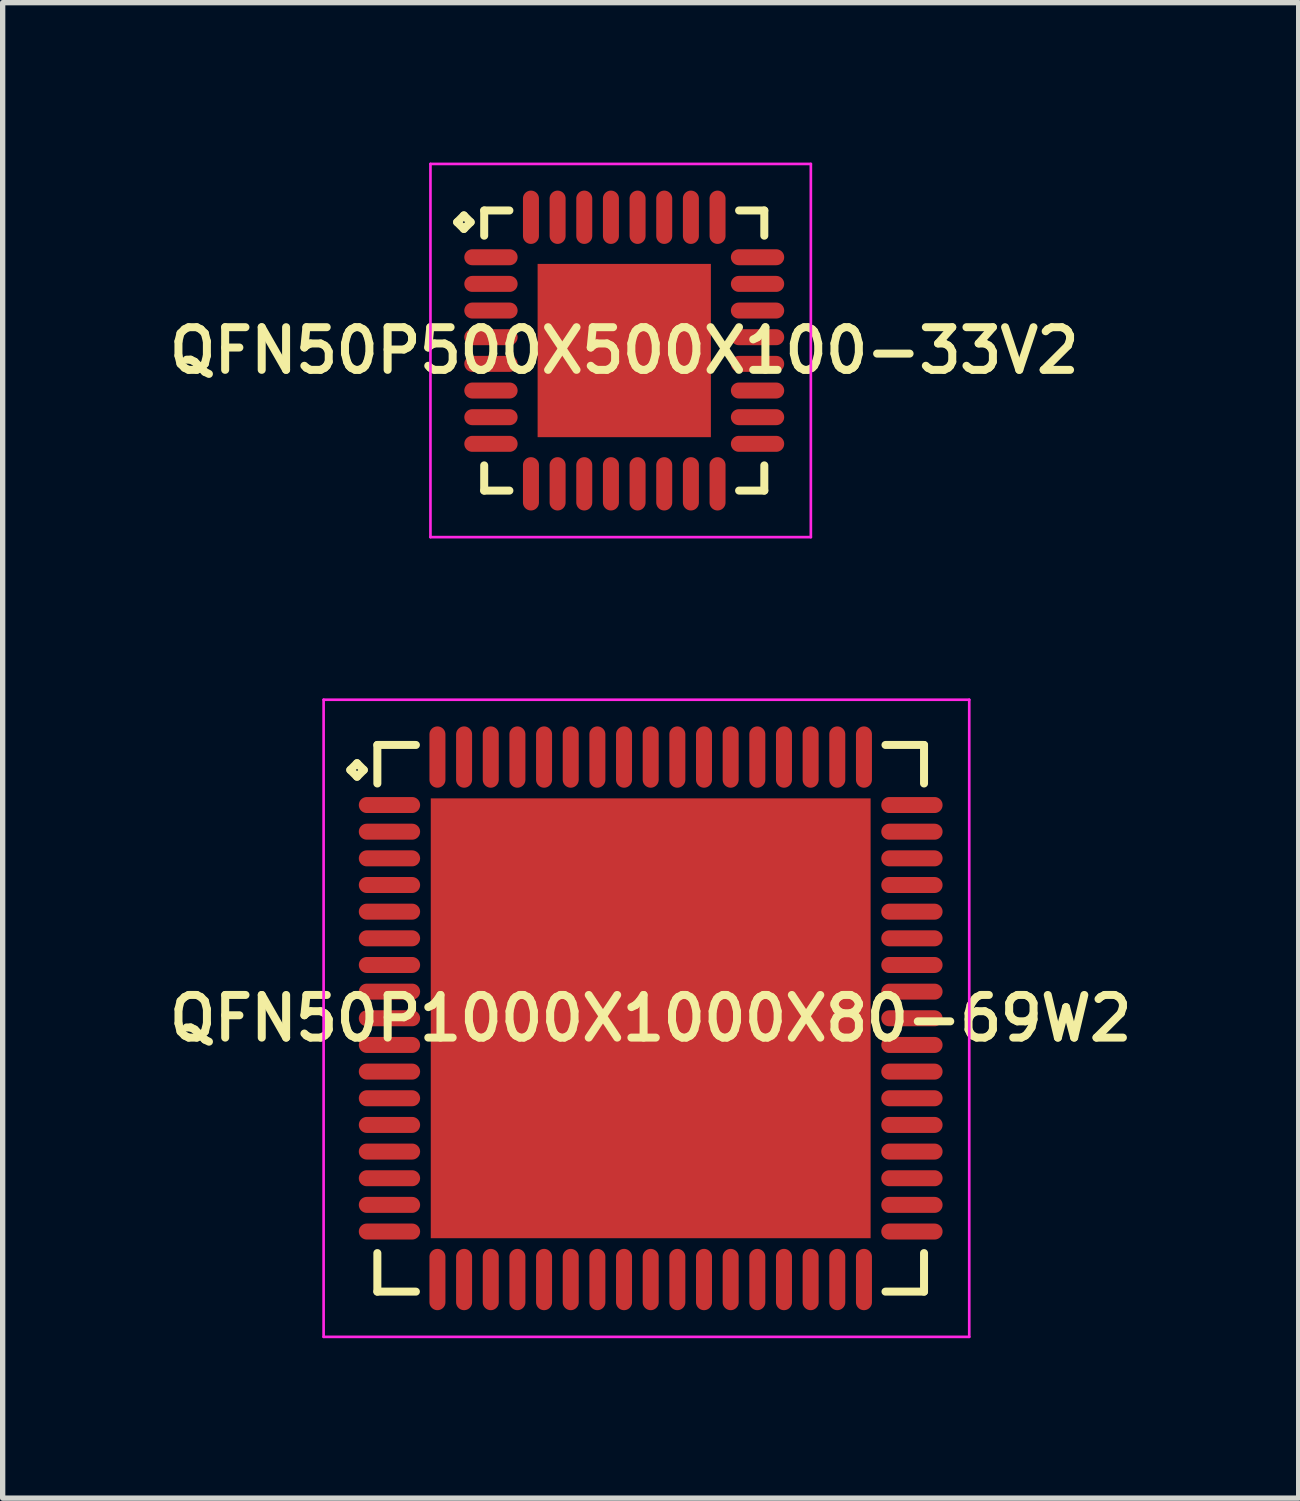
<source format=kicad_pcb>
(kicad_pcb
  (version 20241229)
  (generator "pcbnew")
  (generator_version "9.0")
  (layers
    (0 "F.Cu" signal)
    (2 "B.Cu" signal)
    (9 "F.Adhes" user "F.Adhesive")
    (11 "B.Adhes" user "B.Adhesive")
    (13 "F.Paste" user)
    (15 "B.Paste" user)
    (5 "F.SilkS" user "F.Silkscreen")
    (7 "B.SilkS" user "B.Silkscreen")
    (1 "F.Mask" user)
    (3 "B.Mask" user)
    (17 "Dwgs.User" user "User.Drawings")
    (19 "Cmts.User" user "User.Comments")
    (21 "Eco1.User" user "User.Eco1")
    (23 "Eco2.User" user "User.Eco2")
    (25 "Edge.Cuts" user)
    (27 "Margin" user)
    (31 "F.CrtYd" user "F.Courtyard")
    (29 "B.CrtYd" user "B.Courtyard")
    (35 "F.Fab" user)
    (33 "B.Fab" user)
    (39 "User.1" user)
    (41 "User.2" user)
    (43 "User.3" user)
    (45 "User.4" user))
  (footprint "QFN50P500X500X100-33V2"
    (layer "F.Cu")
    (at 8.659 3.525)
    (property "Reference" "QFN50P500X500X100-33V2" (at 0 0 0) (layer "F.SilkS") (effects (font (size 0.8 0.8) (thickness 0.15))))
    (attr smd)
    (fp_line (start -3.135 -2.408) (end -3.008 -2.535) (stroke (width 0.15) (type solid)) (layer "F.SilkS"))
    (fp_line (start -3.008 -2.535) (end -2.881 -2.408) (stroke (width 0.15) (type solid)) (layer "F.SilkS"))
    (fp_line (start -3.008 -2.281) (end -3.135 -2.408) (stroke (width 0.15) (type solid)) (layer "F.SilkS"))
    (fp_line (start -2.881 -2.408) (end -3.008 -2.281) (stroke (width 0.15) (type solid)) (layer "F.SilkS"))
    (fp_line (start -2.627 -2.627) (end -2.154 -2.627) (stroke (width 0.15) (type solid)) (layer "F.SilkS"))
    (fp_line (start -2.627 -2.154) (end -2.627 -2.627) (stroke (width 0.15) (type solid)) (layer "F.SilkS"))
    (fp_line (start -2.627 2.154) (end -2.627 2.627) (stroke (width 0.15) (type solid)) (layer "F.SilkS"))
    (fp_line (start -2.627 2.627) (end -2.154 2.627) (stroke (width 0.15) (type solid)) (layer "F.SilkS"))
    (fp_line (start 2.154 -2.627) (end 2.627 -2.627) (stroke (width 0.15) (type solid)) (layer "F.SilkS"))
    (fp_line (start 2.154 2.627) (end 2.627 2.627) (stroke (width 0.15) (type solid)) (layer "F.SilkS"))
    (fp_line (start 2.627 -2.627) (end 2.627 -2.154) (stroke (width 0.15) (type solid)) (layer "F.SilkS"))
    (fp_line (start 2.627 2.627) (end 2.627 2.154) (stroke (width 0.15) (type solid)) (layer "F.SilkS"))
    (fp_line (start -3.635 -3.5) (end 3.5 -3.5) (stroke (width 0.05) (type solid)) (layer "F.CrtYd"))
    (fp_line (start -3.635 3.5) (end -3.635 -3.5) (stroke (width 0.05) (type solid)) (layer "F.CrtYd"))
    (fp_line (start 3.5 -3.5) (end 3.5 3.5) (stroke (width 0.05) (type solid)) (layer "F.CrtYd"))
    (fp_line (start 3.5 3.5) (end -3.635 3.5) (stroke (width 0.05) (type solid)) (layer "F.CrtYd"))
    (pad "1" smd oval (at -2.5 -1.75) (size 1 0.3) (layers "F.Cu" "F.Mask" "F.Paste"))
    (pad "2" smd oval (at -2.5 -1.25) (size 1 0.3) (layers "F.Cu" "F.Mask" "F.Paste"))
    (pad "3" smd oval (at -2.5 -0.75) (size 1 0.3) (layers "F.Cu" "F.Mask" "F.Paste"))
    (pad "4" smd oval (at -2.5 -0.25) (size 1 0.3) (layers "F.Cu" "F.Mask" "F.Paste"))
    (pad "5" smd oval (at -2.5 0.25) (size 1 0.3) (layers "F.Cu" "F.Mask" "F.Paste"))
    (pad "6" smd oval (at -2.5 0.75) (size 1 0.3) (layers "F.Cu" "F.Mask" "F.Paste"))
    (pad "7" smd oval (at -2.5 1.25) (size 1 0.3) (layers "F.Cu" "F.Mask" "F.Paste"))
    (pad "8" smd oval (at -2.5 1.75) (size 1 0.3) (layers "F.Cu" "F.Mask" "F.Paste"))
    (pad "9" smd oval (at -1.75 2.5) (size 0.3 1) (layers "F.Cu" "F.Mask" "F.Paste"))
    (pad "10" smd oval (at -1.25 2.5) (size 0.3 1) (layers "F.Cu" "F.Mask" "F.Paste"))
    (pad "11" smd oval (at -0.75 2.5) (size 0.3 1) (layers "F.Cu" "F.Mask" "F.Paste"))
    (pad "12" smd oval (at -0.25 2.5) (size 0.3 1) (layers "F.Cu" "F.Mask" "F.Paste"))
    (pad "13" smd oval (at 0.25 2.5) (size 0.3 1) (layers "F.Cu" "F.Mask" "F.Paste"))
    (pad "14" smd oval (at 0.75 2.5) (size 0.3 1) (layers "F.Cu" "F.Mask" "F.Paste"))
    (pad "15" smd oval (at 1.25 2.5) (size 0.3 1) (layers "F.Cu" "F.Mask" "F.Paste"))
    (pad "16" smd oval (at 1.75 2.5) (size 0.3 1) (layers "F.Cu" "F.Mask" "F.Paste"))
    (pad "17" smd oval (at 2.5 1.75) (size 1 0.3) (layers "F.Cu" "F.Mask" "F.Paste"))
    (pad "18" smd oval (at 2.5 1.25) (size 1 0.3) (layers "F.Cu" "F.Mask" "F.Paste"))
    (pad "19" smd oval (at 2.5 0.75) (size 1 0.3) (layers "F.Cu" "F.Mask" "F.Paste"))
    (pad "20" smd oval (at 2.5 0.25) (size 1 0.3) (layers "F.Cu" "F.Mask" "F.Paste"))
    (pad "21" smd oval (at 2.5 -0.25) (size 1 0.3) (layers "F.Cu" "F.Mask" "F.Paste"))
    (pad "22" smd oval (at 2.5 -0.75) (size 1 0.3) (layers "F.Cu" "F.Mask" "F.Paste"))
    (pad "23" smd oval (at 2.5 -1.25) (size 1 0.3) (layers "F.Cu" "F.Mask" "F.Paste"))
    (pad "24" smd oval (at 2.5 -1.75) (size 1 0.3) (layers "F.Cu" "F.Mask" "F.Paste"))
    (pad "25" smd oval (at 1.75 -2.5) (size 0.3 1) (layers "F.Cu" "F.Mask" "F.Paste"))
    (pad "26" smd oval (at 1.25 -2.5) (size 0.3 1) (layers "F.Cu" "F.Mask" "F.Paste"))
    (pad "27" smd oval (at 0.75 -2.5) (size 0.3 1) (layers "F.Cu" "F.Mask" "F.Paste"))
    (pad "28" smd oval (at 0.25 -2.5) (size 0.3 1) (layers "F.Cu" "F.Mask" "F.Paste"))
    (pad "29" smd oval (at -0.25 -2.5) (size 0.3 1) (layers "F.Cu" "F.Mask" "F.Paste"))
    (pad "30" smd oval (at -0.75 -2.5) (size 0.3 1) (layers "F.Cu" "F.Mask" "F.Paste"))
    (pad "31" smd oval (at -1.25 -2.5) (size 0.3 1) (layers "F.Cu" "F.Mask" "F.Paste"))
    (pad "32" smd oval (at -1.75 -2.5) (size 0.3 1) (layers "F.Cu" "F.Mask" "F.Paste"))
    (pad "33" smd rect (at 0 0) (size 3.25 3.25) (layers "F.Cu" "F.Mask" "F.Paste")))
  (footprint "QFN50P1000X1000X80-69W2"
    (layer "F.Cu")
    (at 9.155 16.05)
    (property "Reference" "QFN50P1000X1000X80-69W2" (at 0 0 0) (layer "F.SilkS") (effects (font (size 0.8 0.8) (thickness 0.15))))
    (attr smd)
    (fp_line (start -5.635 -4.658) (end -5.508 -4.785) (stroke (width 0.15) (type solid)) (layer "F.SilkS"))
    (fp_line (start -5.508 -4.785) (end -5.381 -4.658) (stroke (width 0.15) (type solid)) (layer "F.SilkS"))
    (fp_line (start -5.508 -4.531) (end -5.635 -4.658) (stroke (width 0.15) (type solid)) (layer "F.SilkS"))
    (fp_line (start -5.381 -4.658) (end -5.508 -4.531) (stroke (width 0.15) (type solid)) (layer "F.SilkS"))
    (fp_line (start -5.127 -5.127) (end -4.404 -5.127) (stroke (width 0.15) (type solid)) (layer "F.SilkS"))
    (fp_line (start -5.127 -4.404) (end -5.127 -5.127) (stroke (width 0.15) (type solid)) (layer "F.SilkS"))
    (fp_line (start -5.127 4.404) (end -5.127 5.127) (stroke (width 0.15) (type solid)) (layer "F.SilkS"))
    (fp_line (start -5.127 5.127) (end -4.404 5.127) (stroke (width 0.15) (type solid)) (layer "F.SilkS"))
    (fp_line (start 4.404 -5.127) (end 5.127 -5.127) (stroke (width 0.15) (type solid)) (layer "F.SilkS"))
    (fp_line (start 4.404 5.127) (end 5.127 5.127) (stroke (width 0.15) (type solid)) (layer "F.SilkS"))
    (fp_line (start 5.127 -5.127) (end 5.127 -4.404) (stroke (width 0.15) (type solid)) (layer "F.SilkS"))
    (fp_line (start 5.127 5.127) (end 5.127 4.404) (stroke (width 0.15) (type solid)) (layer "F.SilkS"))
    (fp_line (start -6.135 -5.975) (end 5.975 -5.975) (stroke (width 0.05) (type solid)) (layer "F.CrtYd"))
    (fp_line (start -6.135 5.975) (end -6.135 -5.975) (stroke (width 0.05) (type solid)) (layer "F.CrtYd"))
    (fp_line (start 5.975 -5.975) (end 5.975 5.975) (stroke (width 0.05) (type solid)) (layer "F.CrtYd"))
    (fp_line (start 5.975 5.975) (end -6.135 5.975) (stroke (width 0.05) (type solid)) (layer "F.CrtYd"))
    (pad "1" smd oval (at -4.9 -4) (size 1.15 0.3) (layers "F.Cu" "F.Mask" "F.Paste"))
    (pad "2" smd oval (at -4.9 -3.5) (size 1.15 0.3) (layers "F.Cu" "F.Mask" "F.Paste"))
    (pad "3" smd oval (at -4.9 -3) (size 1.15 0.3) (layers "F.Cu" "F.Mask" "F.Paste"))
    (pad "4" smd oval (at -4.9 -2.5) (size 1.15 0.3) (layers "F.Cu" "F.Mask" "F.Paste"))
    (pad "5" smd oval (at -4.9 -2) (size 1.15 0.3) (layers "F.Cu" "F.Mask" "F.Paste"))
    (pad "6" smd oval (at -4.9 -1.5) (size 1.15 0.3) (layers "F.Cu" "F.Mask" "F.Paste"))
    (pad "7" smd oval (at -4.9 -1) (size 1.15 0.3) (layers "F.Cu" "F.Mask" "F.Paste"))
    (pad "8" smd oval (at -4.9 -0.5) (size 1.15 0.3) (layers "F.Cu" "F.Mask" "F.Paste"))
    (pad "9" smd oval (at -4.9 0) (size 1.15 0.3) (layers "F.Cu" "F.Mask" "F.Paste"))
    (pad "10" smd oval (at -4.9 0.5) (size 1.15 0.3) (layers "F.Cu" "F.Mask" "F.Paste"))
    (pad "11" smd oval (at -4.9 1) (size 1.15 0.3) (layers "F.Cu" "F.Mask" "F.Paste"))
    (pad "12" smd oval (at -4.9 1.5) (size 1.15 0.3) (layers "F.Cu" "F.Mask" "F.Paste"))
    (pad "13" smd oval (at -4.9 2) (size 1.15 0.3) (layers "F.Cu" "F.Mask" "F.Paste"))
    (pad "14" smd oval (at -4.9 2.5) (size 1.15 0.3) (layers "F.Cu" "F.Mask" "F.Paste"))
    (pad "15" smd oval (at -4.9 3) (size 1.15 0.3) (layers "F.Cu" "F.Mask" "F.Paste"))
    (pad "16" smd oval (at -4.9 3.5) (size 1.15 0.3) (layers "F.Cu" "F.Mask" "F.Paste"))
    (pad "17" smd oval (at -4.9 4) (size 1.15 0.3) (layers "F.Cu" "F.Mask" "F.Paste"))
    (pad "18" smd oval (at -4 4.9) (size 0.3 1.15) (layers "F.Cu" "F.Mask" "F.Paste"))
    (pad "19" smd oval (at -3.5 4.9) (size 0.3 1.15) (layers "F.Cu" "F.Mask" "F.Paste"))
    (pad "20" smd oval (at -3 4.9) (size 0.3 1.15) (layers "F.Cu" "F.Mask" "F.Paste"))
    (pad "21" smd oval (at -2.5 4.9) (size 0.3 1.15) (layers "F.Cu" "F.Mask" "F.Paste"))
    (pad "22" smd oval (at -2 4.9) (size 0.3 1.15) (layers "F.Cu" "F.Mask" "F.Paste"))
    (pad "23" smd oval (at -1.5 4.9) (size 0.3 1.15) (layers "F.Cu" "F.Mask" "F.Paste"))
    (pad "24" smd oval (at -1 4.9) (size 0.3 1.15) (layers "F.Cu" "F.Mask" "F.Paste"))
    (pad "25" smd oval (at -0.5 4.9) (size 0.3 1.15) (layers "F.Cu" "F.Mask" "F.Paste"))
    (pad "26" smd oval (at 0 4.9) (size 0.3 1.15) (layers "F.Cu" "F.Mask" "F.Paste"))
    (pad "27" smd oval (at 0.5 4.9) (size 0.3 1.15) (layers "F.Cu" "F.Mask" "F.Paste"))
    (pad "28" smd oval (at 1 4.9) (size 0.3 1.15) (layers "F.Cu" "F.Mask" "F.Paste"))
    (pad "29" smd oval (at 1.5 4.9) (size 0.3 1.15) (layers "F.Cu" "F.Mask" "F.Paste"))
    (pad "30" smd oval (at 2 4.9) (size 0.3 1.15) (layers "F.Cu" "F.Mask" "F.Paste"))
    (pad "31" smd oval (at 2.5 4.9) (size 0.3 1.15) (layers "F.Cu" "F.Mask" "F.Paste"))
    (pad "32" smd oval (at 3 4.9) (size 0.3 1.15) (layers "F.Cu" "F.Mask" "F.Paste"))
    (pad "33" smd oval (at 3.5 4.9) (size 0.3 1.15) (layers "F.Cu" "F.Mask" "F.Paste"))
    (pad "34" smd oval (at 4 4.9) (size 0.3 1.15) (layers "F.Cu" "F.Mask" "F.Paste"))
    (pad "35" smd oval (at 4.9 4) (size 1.15 0.3) (layers "F.Cu" "F.Mask" "F.Paste"))
    (pad "36" smd oval (at 4.9 3.5) (size 1.15 0.3) (layers "F.Cu" "F.Mask" "F.Paste"))
    (pad "37" smd oval (at 4.9 3) (size 1.15 0.3) (layers "F.Cu" "F.Mask" "F.Paste"))
    (pad "38" smd oval (at 4.9 2.5) (size 1.15 0.3) (layers "F.Cu" "F.Mask" "F.Paste"))
    (pad "39" smd oval (at 4.9 2) (size 1.15 0.3) (layers "F.Cu" "F.Mask" "F.Paste"))
    (pad "40" smd oval (at 4.9 1.5) (size 1.15 0.3) (layers "F.Cu" "F.Mask" "F.Paste"))
    (pad "41" smd oval (at 4.9 1) (size 1.15 0.3) (layers "F.Cu" "F.Mask" "F.Paste"))
    (pad "42" smd oval (at 4.9 0.5) (size 1.15 0.3) (layers "F.Cu" "F.Mask" "F.Paste"))
    (pad "43" smd oval (at 4.9 0) (size 1.15 0.3) (layers "F.Cu" "F.Mask" "F.Paste"))
    (pad "44" smd oval (at 4.9 -0.5) (size 1.15 0.3) (layers "F.Cu" "F.Mask" "F.Paste"))
    (pad "45" smd oval (at 4.9 -1) (size 1.15 0.3) (layers "F.Cu" "F.Mask" "F.Paste"))
    (pad "46" smd oval (at 4.9 -1.5) (size 1.15 0.3) (layers "F.Cu" "F.Mask" "F.Paste"))
    (pad "47" smd oval (at 4.9 -2) (size 1.15 0.3) (layers "F.Cu" "F.Mask" "F.Paste"))
    (pad "48" smd oval (at 4.9 -2.5) (size 1.15 0.3) (layers "F.Cu" "F.Mask" "F.Paste"))
    (pad "49" smd oval (at 4.9 -3) (size 1.15 0.3) (layers "F.Cu" "F.Mask" "F.Paste"))
    (pad "50" smd oval (at 4.9 -3.5) (size 1.15 0.3) (layers "F.Cu" "F.Mask" "F.Paste"))
    (pad "51" smd oval (at 4.9 -4) (size 1.15 0.3) (layers "F.Cu" "F.Mask" "F.Paste"))
    (pad "52" smd oval (at 4 -4.9) (size 0.3 1.15) (layers "F.Cu" "F.Mask" "F.Paste"))
    (pad "53" smd oval (at 3.5 -4.9) (size 0.3 1.15) (layers "F.Cu" "F.Mask" "F.Paste"))
    (pad "54" smd oval (at 3 -4.9) (size 0.3 1.15) (layers "F.Cu" "F.Mask" "F.Paste"))
    (pad "55" smd oval (at 2.5 -4.9) (size 0.3 1.15) (layers "F.Cu" "F.Mask" "F.Paste"))
    (pad "56" smd oval (at 2 -4.9) (size 0.3 1.15) (layers "F.Cu" "F.Mask" "F.Paste"))
    (pad "57" smd oval (at 1.5 -4.9) (size 0.3 1.15) (layers "F.Cu" "F.Mask" "F.Paste"))
    (pad "58" smd oval (at 1 -4.9) (size 0.3 1.15) (layers "F.Cu" "F.Mask" "F.Paste"))
    (pad "59" smd oval (at 0.5 -4.9) (size 0.3 1.15) (layers "F.Cu" "F.Mask" "F.Paste"))
    (pad "60" smd oval (at 0 -4.9) (size 0.3 1.15) (layers "F.Cu" "F.Mask" "F.Paste"))
    (pad "61" smd oval (at -0.5 -4.9) (size 0.3 1.15) (layers "F.Cu" "F.Mask" "F.Paste"))
    (pad "62" smd oval (at -1 -4.9) (size 0.3 1.15) (layers "F.Cu" "F.Mask" "F.Paste"))
    (pad "63" smd oval (at -1.5 -4.9) (size 0.3 1.15) (layers "F.Cu" "F.Mask" "F.Paste"))
    (pad "64" smd oval (at -2 -4.9) (size 0.3 1.15) (layers "F.Cu" "F.Mask" "F.Paste"))
    (pad "65" smd oval (at -2.5 -4.9) (size 0.3 1.15) (layers "F.Cu" "F.Mask" "F.Paste"))
    (pad "66" smd oval (at -3 -4.9) (size 0.3 1.15) (layers "F.Cu" "F.Mask" "F.Paste"))
    (pad "67" smd oval (at -3.5 -4.9) (size 0.3 1.15) (layers "F.Cu" "F.Mask" "F.Paste"))
    (pad "68" smd oval (at -4 -4.9) (size 0.3 1.15) (layers "F.Cu" "F.Mask" "F.Paste"))
    (pad "69" smd rect (at 0 0) (size 8.25 8.25) (layers "F.Cu" "F.Mask" "F.Paste")))
  (gr_rect
    (start -3 -3)
    (end 21.309 25.05)
    (stroke (width 0.1) (type default))
    (fill no)
    (layer "Edge.Cuts")))
</source>
